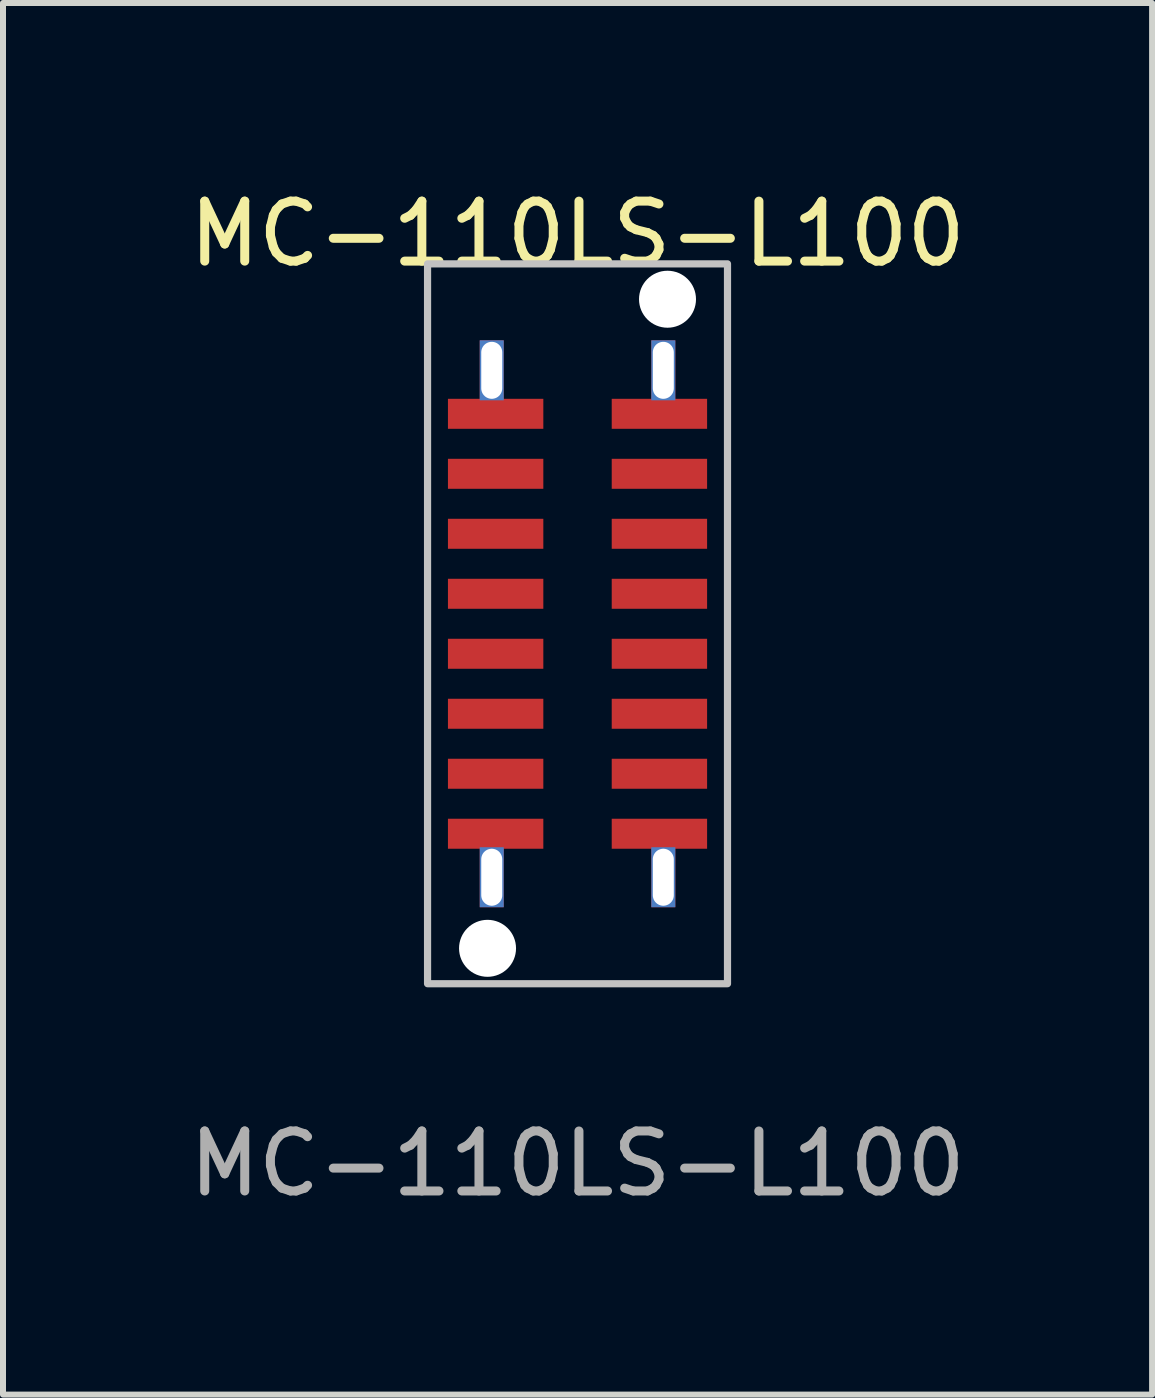
<source format=kicad_pcb>
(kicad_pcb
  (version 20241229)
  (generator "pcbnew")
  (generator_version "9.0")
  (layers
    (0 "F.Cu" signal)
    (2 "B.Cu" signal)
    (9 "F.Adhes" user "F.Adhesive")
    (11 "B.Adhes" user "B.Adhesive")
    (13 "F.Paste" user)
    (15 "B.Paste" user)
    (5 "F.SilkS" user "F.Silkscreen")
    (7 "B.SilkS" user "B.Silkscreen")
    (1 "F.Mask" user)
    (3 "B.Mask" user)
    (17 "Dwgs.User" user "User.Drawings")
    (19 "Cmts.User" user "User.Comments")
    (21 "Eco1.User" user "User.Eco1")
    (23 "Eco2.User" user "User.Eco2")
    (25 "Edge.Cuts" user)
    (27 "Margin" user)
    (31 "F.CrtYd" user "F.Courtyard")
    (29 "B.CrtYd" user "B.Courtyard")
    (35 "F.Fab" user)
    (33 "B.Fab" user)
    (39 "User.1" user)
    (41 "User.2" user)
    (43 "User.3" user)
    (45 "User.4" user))
  (footprint "MC-110LS-L100"
    (layer "F.Cu")
    (at 6.577 7.348)
    (property "Reference" "MC-110LS-L100" (at 0 -6.5 0) (unlocked yes) (layer "F.SilkS") (effects (font (size 1 1) (thickness 0.15))))
    (attr smd)
    (fp_rect (start -2.5 -6) (end 2.5 6) (stroke (width 0.12) (type solid)) (fill no) (layer "Dwgs.User"))
    (fp_text user "${REFERENCE}" (at 0 9 0) (unlocked yes) (layer "F.Fab") (effects (font (size 1 1) (thickness 0.15))))
    (pad "" np_thru_hole circle (at -1.5 5.41) (size 0.95 0.95) (drill 0.95) (layers "*.Cu" "*.Mask"))
    (pad "" np_thru_hole rect (at -1.43 -4.225) (size 0.4 1) (drill oval 0.35 0.95) (layers "*.Cu" "*.Mask"))
    (pad "" np_thru_hole rect (at -1.43 4.225) (size 0.4 1) (drill oval 0.35 0.95) (layers "*.Cu" "*.Mask"))
    (pad "" np_thru_hole rect (at 1.43 -4.225) (size 0.4 1) (drill oval 0.35 0.95) (layers "*.Cu" "*.Mask"))
    (pad "" np_thru_hole rect (at 1.43 4.225) (size 0.4 1) (drill oval 0.35 0.95) (layers "*.Cu" "*.Mask"))
    (pad "" np_thru_hole circle (at 1.5 -5.41) (size 0.95 0.95) (drill 0.95) (layers "*.Cu" "*.Mask"))
    (pad "A1" smd rect (at -1.365 3.5) (size 1.59 0.5) (layers "F.Cu" "F.Mask" "F.Paste"))
    (pad "A4" smd rect (at -1.365 2.5) (size 1.59 0.5) (layers "F.Cu" "F.Mask" "F.Paste"))
    (pad "A5" smd rect (at -1.365 1.5) (size 1.59 0.5) (layers "F.Cu" "F.Mask" "F.Paste"))
    (pad "A6" smd rect (at -1.365 0.5) (size 1.59 0.5) (layers "F.Cu" "F.Mask" "F.Paste"))
    (pad "A7" smd rect (at -1.365 -0.5) (size 1.59 0.5) (layers "F.Cu" "F.Mask" "F.Paste"))
    (pad "A8" smd rect (at -1.365 -1.5) (size 1.59 0.5) (layers "F.Cu" "F.Mask" "F.Paste"))
    (pad "A9" smd rect (at -1.365 -2.5) (size 1.59 0.5) (layers "F.Cu" "F.Mask" "F.Paste"))
    (pad "A12" smd rect (at -1.365 -3.5) (size 1.59 0.5) (layers "F.Cu" "F.Mask" "F.Paste"))
    (pad "B1" smd rect (at 1.365 -3.5) (size 1.59 0.5) (layers "F.Cu" "F.Mask" "F.Paste"))
    (pad "B4" smd rect (at 1.365 -2.5) (size 1.59 0.5) (layers "F.Cu" "F.Mask" "F.Paste"))
    (pad "B5" smd rect (at 1.365 -1.5) (size 1.59 0.5) (layers "F.Cu" "F.Mask" "F.Paste"))
    (pad "B6" smd rect (at 1.365 -0.5) (size 1.59 0.5) (layers "F.Cu" "F.Mask" "F.Paste"))
    (pad "B7" smd rect (at 1.365 0.5) (size 1.59 0.5) (layers "F.Cu" "F.Mask" "F.Paste"))
    (pad "B8" smd rect (at 1.365 1.5) (size 1.59 0.5) (layers "F.Cu" "F.Mask" "F.Paste"))
    (pad "B9" smd rect (at 1.365 2.5) (size 1.59 0.5) (layers "F.Cu" "F.Mask" "F.Paste"))
    (pad "B12" smd rect (at 1.365 3.5) (size 1.59 0.5) (layers "F.Cu" "F.Mask" "F.Paste")))
  (gr_rect
    (start -3 -3)
    (end 16.155 20.197)
    (stroke (width 0.1) (type default))
    (fill no)
    (layer "Edge.Cuts")))
</source>
